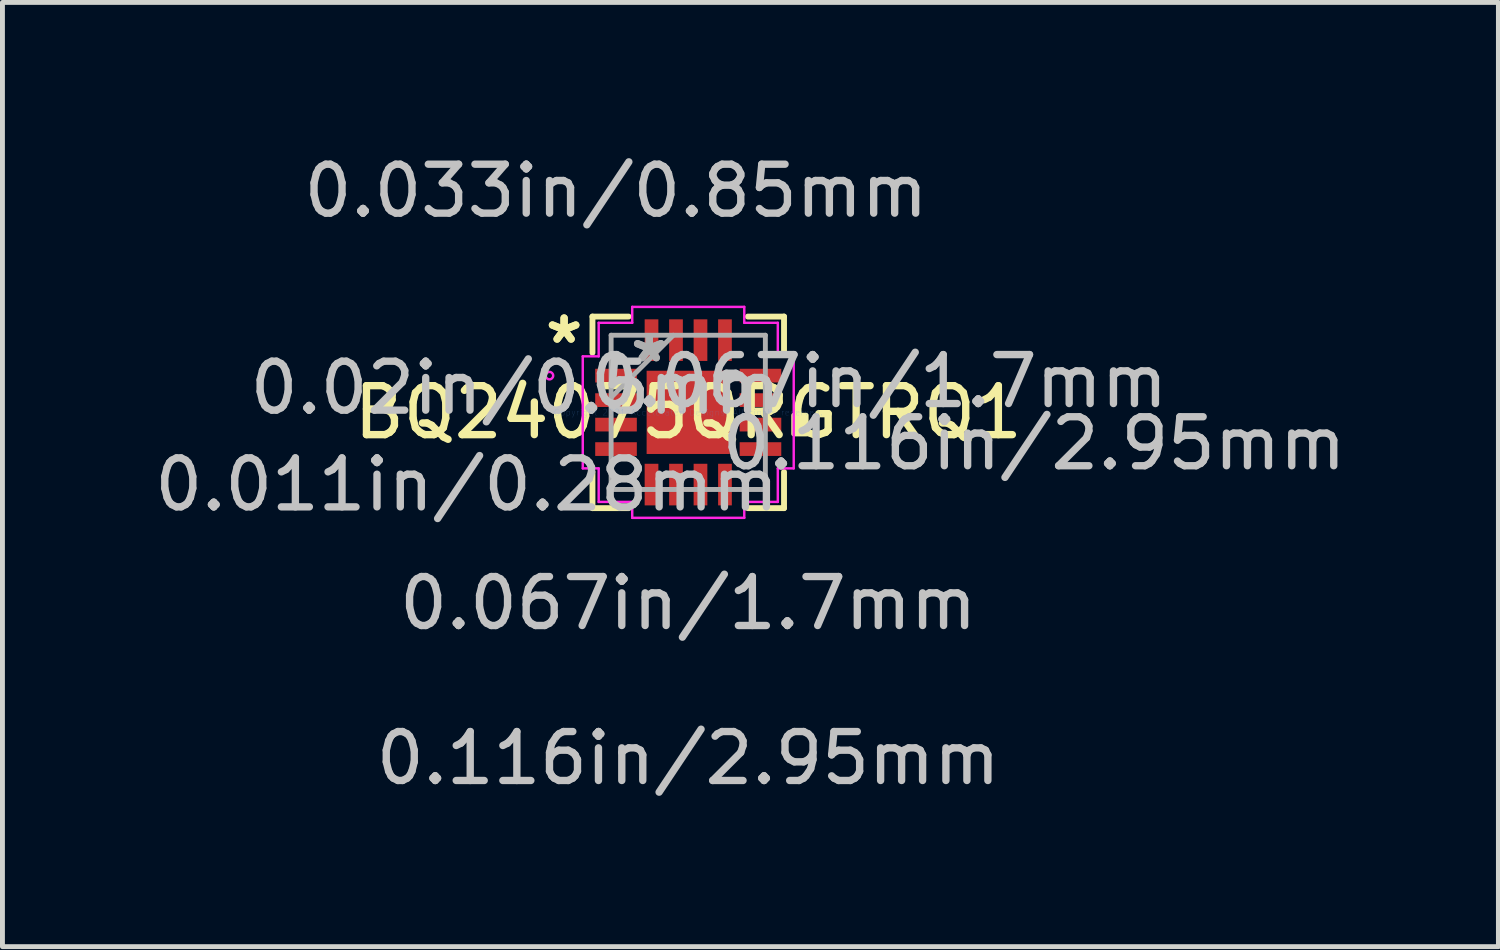
<source format=kicad_pcb>
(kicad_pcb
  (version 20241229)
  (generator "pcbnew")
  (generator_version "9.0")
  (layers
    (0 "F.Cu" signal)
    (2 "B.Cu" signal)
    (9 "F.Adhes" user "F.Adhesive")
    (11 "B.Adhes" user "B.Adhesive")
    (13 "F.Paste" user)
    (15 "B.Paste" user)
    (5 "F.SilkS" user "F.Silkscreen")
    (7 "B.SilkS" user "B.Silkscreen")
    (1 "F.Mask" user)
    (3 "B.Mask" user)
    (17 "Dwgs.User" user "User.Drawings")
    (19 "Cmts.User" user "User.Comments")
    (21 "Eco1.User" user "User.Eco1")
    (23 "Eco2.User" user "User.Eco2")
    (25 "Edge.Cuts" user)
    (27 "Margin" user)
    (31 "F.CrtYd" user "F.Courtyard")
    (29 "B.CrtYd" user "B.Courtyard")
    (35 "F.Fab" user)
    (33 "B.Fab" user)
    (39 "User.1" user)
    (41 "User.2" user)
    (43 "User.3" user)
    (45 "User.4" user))
  (footprint "BQ24075QRGTRQ1"
    (layer "F.Cu")
    (at 11.005 5.371)
    (property "Reference" "BQ24075QRGTRQ1" (at 0 0 0) (layer "F.SilkS") (effects (font (size 1 1) (thickness 0.15))))
    (attr through_hole)
    (fp_poly (pts (xy -0.913 -0.913) (xy -0.594 -0.913) (xy -0.594 0.913) (xy -0.913 0.913)) (stroke (width 0.1) (type solid)) (fill yes) (layer "F.Mask"))
    (fp_poly (pts (xy -0.913 -0.913) (xy 0.913 -0.913) (xy 0.913 -0.594) (xy -0.913 -0.594)) (stroke (width 0.1) (type solid)) (fill yes) (layer "F.Mask"))
    (fp_poly (pts (xy -0.913 -0.194) (xy 0.913 -0.194) (xy 0.913 0.194) (xy -0.913 0.194)) (stroke (width 0.1) (type solid)) (fill yes) (layer "F.Mask"))
    (fp_poly (pts (xy -0.913 0.594) (xy 0.913 0.594) (xy 0.913 0.913) (xy -0.913 0.913)) (stroke (width 0.1) (type solid)) (fill yes) (layer "F.Mask"))
    (fp_poly (pts (xy 0.194 -0.913) (xy -0.194 -0.913) (xy -0.194 0.913) (xy 0.194 0.913)) (stroke (width 0.1) (type solid)) (fill yes) (layer "F.Mask"))
    (fp_poly (pts (xy 0.594 -0.913) (xy 0.913 -0.913) (xy 0.913 0.913) (xy 0.594 0.913)) (stroke (width 0.1) (type solid)) (fill yes) (layer "F.Mask"))
    (fp_line (start -1.956 -1.956) (end -1.956 -1.218) (stroke (width 0.12) (type solid)) (layer "F.SilkS"))
    (fp_line (start -1.956 1.218) (end -1.956 1.956) (stroke (width 0.12) (type solid)) (layer "F.SilkS"))
    (fp_line (start -1.956 1.956) (end -1.218 1.956) (stroke (width 0.12) (type solid)) (layer "F.SilkS"))
    (fp_line (start -1.218 -1.956) (end -1.956 -1.956) (stroke (width 0.12) (type solid)) (layer "F.SilkS"))
    (fp_line (start 1.218 1.956) (end 1.956 1.956) (stroke (width 0.12) (type solid)) (layer "F.SilkS"))
    (fp_line (start 1.956 -1.956) (end 1.218 -1.956) (stroke (width 0.12) (type solid)) (layer "F.SilkS"))
    (fp_line (start 1.956 -1.218) (end 1.956 -1.956) (stroke (width 0.12) (type solid)) (layer "F.SilkS"))
    (fp_line (start 1.956 1.956) (end 1.956 1.218) (stroke (width 0.12) (type solid)) (layer "F.SilkS"))
    (fp_poly (pts (xy 2.408 0.059) (xy 2.408 0.441) (xy 2.154 0.441) (xy 2.154 0.059)) (stroke (width 0.1) (type solid)) (fill yes) (layer "F.SilkS"))
    (fp_poly (pts (xy -0.775 -0.775) (xy -0.775 -0.494) (xy -0.635 -0.494) (xy -0.494 -0.635) (xy -0.494 -0.775)) (stroke (width 0.1) (type solid)) (fill yes) (layer "F.Paste"))
    (fp_poly (pts (xy -0.775 0.494) (xy -0.775 0.775) (xy -0.494 0.775) (xy -0.494 0.635) (xy -0.635 0.494)) (stroke (width 0.1) (type solid)) (fill yes) (layer "F.Paste"))
    (fp_poly (pts (xy 0.494 -0.775) (xy 0.494 -0.635) (xy 0.635 -0.494) (xy 0.775 -0.494) (xy 0.775 -0.775)) (stroke (width 0.1) (type solid)) (fill yes) (layer "F.Paste"))
    (fp_poly (pts (xy 0.635 0.494) (xy 0.494 0.635) (xy 0.494 0.775) (xy 0.775 0.775) (xy 0.775 0.494)) (stroke (width 0.1) (type solid)) (fill yes) (layer "F.Paste"))
    (fp_poly (pts (xy -0.775 -0.294) (xy -0.775 0.294) (xy -0.635 0.294) (xy -0.494 0.152) (xy -0.494 -0.152) (xy -0.635 -0.294)) (stroke (width 0.1) (type solid)) (fill yes) (layer "F.Paste"))
    (fp_poly (pts (xy -0.294 -0.775) (xy -0.294 -0.635) (xy -0.152 -0.494) (xy 0.152 -0.494) (xy 0.294 -0.635) (xy 0.294 -0.775)) (stroke (width 0.1) (type solid)) (fill yes) (layer "F.Paste"))
    (fp_poly (pts (xy -0.152 0.494) (xy -0.294 0.635) (xy -0.294 0.775) (xy 0.294 0.775) (xy 0.294 0.635) (xy 0.152 0.494)) (stroke (width 0.1) (type solid)) (fill yes) (layer "F.Paste"))
    (fp_poly (pts (xy 0.635 -0.294) (xy 0.494 -0.152) (xy 0.494 0.152) (xy 0.635 0.294) (xy 0.775 0.294) (xy 0.775 -0.294)) (stroke (width 0.1) (type solid)) (fill yes) (layer "F.Paste"))
    (fp_poly (pts (xy -0.152 -0.294) (xy -0.294 -0.152) (xy -0.294 0.152) (xy -0.152 0.294) (xy 0.152 0.294) (xy 0.294 0.152) (xy 0.294 -0.152) (xy 0.152 -0.294)) (stroke (width 0.1) (type solid)) (fill yes) (layer "F.Paste"))
    (fp_circle (center -0.394 -0.394) (end -0.203 -0.394) (stroke (width 0.152) (type solid)) (fill no) (layer "Eco1.User"))
    (fp_circle (center -0.394 0.394) (end -0.203 0.394) (stroke (width 0.152) (type solid)) (fill no) (layer "Eco1.User"))
    (fp_circle (center 0.394 -0.394) (end 0.584 -0.394) (stroke (width 0.152) (type solid)) (fill no) (layer "Eco1.User"))
    (fp_circle (center 0.394 0.394) (end 0.584 0.394) (stroke (width 0.152) (type solid)) (fill no) (layer "Eco1.User"))
    (fp_line (start -2.154 -1.144) (end -1.829 -1.144) (stroke (width 0.05) (type solid)) (layer "F.CrtYd"))
    (fp_line (start -2.154 1.144) (end -2.154 -1.144) (stroke (width 0.05) (type solid)) (layer "F.CrtYd"))
    (fp_line (start -1.829 -1.829) (end -1.144 -1.829) (stroke (width 0.05) (type solid)) (layer "F.CrtYd"))
    (fp_line (start -1.829 -1.144) (end -1.829 -1.829) (stroke (width 0.05) (type solid)) (layer "F.CrtYd"))
    (fp_line (start -1.829 1.144) (end -2.154 1.144) (stroke (width 0.05) (type solid)) (layer "F.CrtYd"))
    (fp_line (start -1.829 1.829) (end -1.829 1.144) (stroke (width 0.05) (type solid)) (layer "F.CrtYd"))
    (fp_line (start -1.144 -2.154) (end 1.144 -2.154) (stroke (width 0.05) (type solid)) (layer "F.CrtYd"))
    (fp_line (start -1.144 -1.829) (end -1.144 -2.154) (stroke (width 0.05) (type solid)) (layer "F.CrtYd"))
    (fp_line (start -1.144 1.829) (end -1.829 1.829) (stroke (width 0.05) (type solid)) (layer "F.CrtYd"))
    (fp_line (start -1.144 2.154) (end -1.144 1.829) (stroke (width 0.05) (type solid)) (layer "F.CrtYd"))
    (fp_line (start 1.144 -2.154) (end 1.144 -1.829) (stroke (width 0.05) (type solid)) (layer "F.CrtYd"))
    (fp_line (start 1.144 -1.829) (end 1.829 -1.829) (stroke (width 0.05) (type solid)) (layer "F.CrtYd"))
    (fp_line (start 1.144 1.829) (end 1.144 2.154) (stroke (width 0.05) (type solid)) (layer "F.CrtYd"))
    (fp_line (start 1.144 2.154) (end -1.144 2.154) (stroke (width 0.05) (type solid)) (layer "F.CrtYd"))
    (fp_line (start 1.829 -1.829) (end 1.829 -1.144) (stroke (width 0.05) (type solid)) (layer "F.CrtYd"))
    (fp_line (start 1.829 -1.144) (end 2.154 -1.144) (stroke (width 0.05) (type solid)) (layer "F.CrtYd"))
    (fp_line (start 1.829 1.144) (end 1.829 1.829) (stroke (width 0.05) (type solid)) (layer "F.CrtYd"))
    (fp_line (start 1.829 1.829) (end 1.144 1.829) (stroke (width 0.05) (type solid)) (layer "F.CrtYd"))
    (fp_line (start 2.154 -1.144) (end 2.154 1.144) (stroke (width 0.05) (type solid)) (layer "F.CrtYd"))
    (fp_line (start 2.154 1.144) (end 1.829 1.144) (stroke (width 0.05) (type solid)) (layer "F.CrtYd"))
    (fp_circle (center -2.834 -0.75) (end -2.758 -0.75) (stroke (width 0.05) (type solid)) (fill no) (layer "F.CrtYd"))
    (fp_line (start -1.575 -1.575) (end -1.575 1.575) (stroke (width 0.1) (type solid)) (layer "F.Fab"))
    (fp_line (start -1.575 -0.305) (end -0.305 -1.575) (stroke (width 0.1) (type solid)) (layer "F.Fab"))
    (fp_line (start -1.575 1.575) (end 1.575 1.575) (stroke (width 0.1) (type solid)) (layer "F.Fab"))
    (fp_line (start 1.575 -1.575) (end -1.575 -1.575) (stroke (width 0.1) (type solid)) (layer "F.Fab"))
    (fp_line (start 1.575 1.575) (end 1.575 -1.575) (stroke (width 0.1) (type solid)) (layer "F.Fab"))
    (fp_text user "*" (at -2.535 -1.381 0) (layer "F.SilkS") (effects (font (size 1 1) (thickness 0.15))))
    (fp_text user "*" (at -2.535 -1.381 0) (layer "F.SilkS") (effects (font (size 1 1) (thickness 0.15))))
    (fp_text user "0.067in/1.7mm" (at 3.898 -0.635 0) (layer "Dwgs.User") (effects (font (size 1 1) (thickness 0.15))))
    (fp_text user "0.116in/2.95mm" (at 0 7.063 0) (layer "Dwgs.User") (effects (font (size 1 1) (thickness 0.15))))
    (fp_text user "0.067in/1.7mm" (at 0 3.898 0) (layer "Dwgs.User") (effects (font (size 1 1) (thickness 0.15))))
    (fp_text user "0.011in/0.28mm" (at -4.523 1.475 0) (layer "Dwgs.User") (effects (font (size 1 1) (thickness 0.15))))
    (fp_text user "0.02in/0.5mm" (at -3.528 -0.5 0) (layer "Dwgs.User") (effects (font (size 1 1) (thickness 0.15))))
    (fp_text user "0.116in/2.95mm" (at 7.063 0.635 0) (layer "Dwgs.User") (effects (font (size 1 1) (thickness 0.15))))
    (fp_text user "0.033in/0.85mm" (at -1.475 -4.523 0) (layer "Dwgs.User") (effects (font (size 1 1) (thickness 0.15))))
    (fp_text user "Copyright 2021 Accelerated Designs. All rights reserved." (at 0 0 0) (layer "Cmts.User") (effects (font (size 0.127 0.127) (thickness 0.002))))
    (fp_text user "*" (at -0.796 -1 0) (layer "F.Fab") (effects (font (size 1 1) (thickness 0.15))))
    (fp_text user "*" (at -0.796 -1 0) (layer "F.Fab") (effects (font (size 1 1) (thickness 0.15))))
    (pad "1" smd rect (at -1.475 -0.75 90) (size 0.28 0.85) (layers "F.Cu" "F.Mask" "F.Paste"))
    (pad "2" smd rect (at -1.475 -0.25 90) (size 0.28 0.85) (layers "F.Cu" "F.Mask" "F.Paste"))
    (pad "3" smd rect (at -1.475 0.25 90) (size 0.28 0.85) (layers "F.Cu" "F.Mask" "F.Paste"))
    (pad "4" smd rect (at -1.475 0.75 90) (size 0.28 0.85) (layers "F.Cu" "F.Mask" "F.Paste"))
    (pad "5" smd rect (at -0.75 1.475) (size 0.28 0.85) (layers "F.Cu" "F.Mask" "F.Paste"))
    (pad "6" smd rect (at -0.25 1.475) (size 0.28 0.85) (layers "F.Cu" "F.Mask" "F.Paste"))
    (pad "7" smd rect (at 0.25 1.475) (size 0.28 0.85) (layers "F.Cu" "F.Mask" "F.Paste"))
    (pad "8" smd rect (at 0.75 1.475) (size 0.28 0.85) (layers "F.Cu" "F.Mask" "F.Paste"))
    (pad "9" smd rect (at 1.475 0.75 90) (size 0.28 0.85) (layers "F.Cu" "F.Mask" "F.Paste"))
    (pad "10" smd rect (at 1.475 0.25 90) (size 0.28 0.85) (layers "F.Cu" "F.Mask" "F.Paste"))
    (pad "11" smd rect (at 1.475 -0.25 90) (size 0.28 0.85) (layers "F.Cu" "F.Mask" "F.Paste"))
    (pad "12" smd rect (at 1.475 -0.75 90) (size 0.28 0.85) (layers "F.Cu" "F.Mask" "F.Paste"))
    (pad "13" smd rect (at 0.75 -1.475) (size 0.28 0.85) (layers "F.Cu" "F.Mask" "F.Paste"))
    (pad "14" smd rect (at 0.25 -1.475) (size 0.28 0.85) (layers "F.Cu" "F.Mask" "F.Paste"))
    (pad "15" smd rect (at -0.25 -1.475) (size 0.28 0.85) (layers "F.Cu" "F.Mask" "F.Paste"))
    (pad "16" smd rect (at -0.75 -1.475) (size 0.28 0.85) (layers "F.Cu" "F.Mask" "F.Paste"))
    (pad "17" smd rect (at 0 0) (size 1.7 1.7) (layers "F.Cu" "F.Mask" "F.Paste")))
  (gr_rect
    (start -3 -3)
    (end 27.55 16.282)
    (stroke (width 0.1) (type default))
    (fill no)
    (layer "Edge.Cuts")))
</source>
